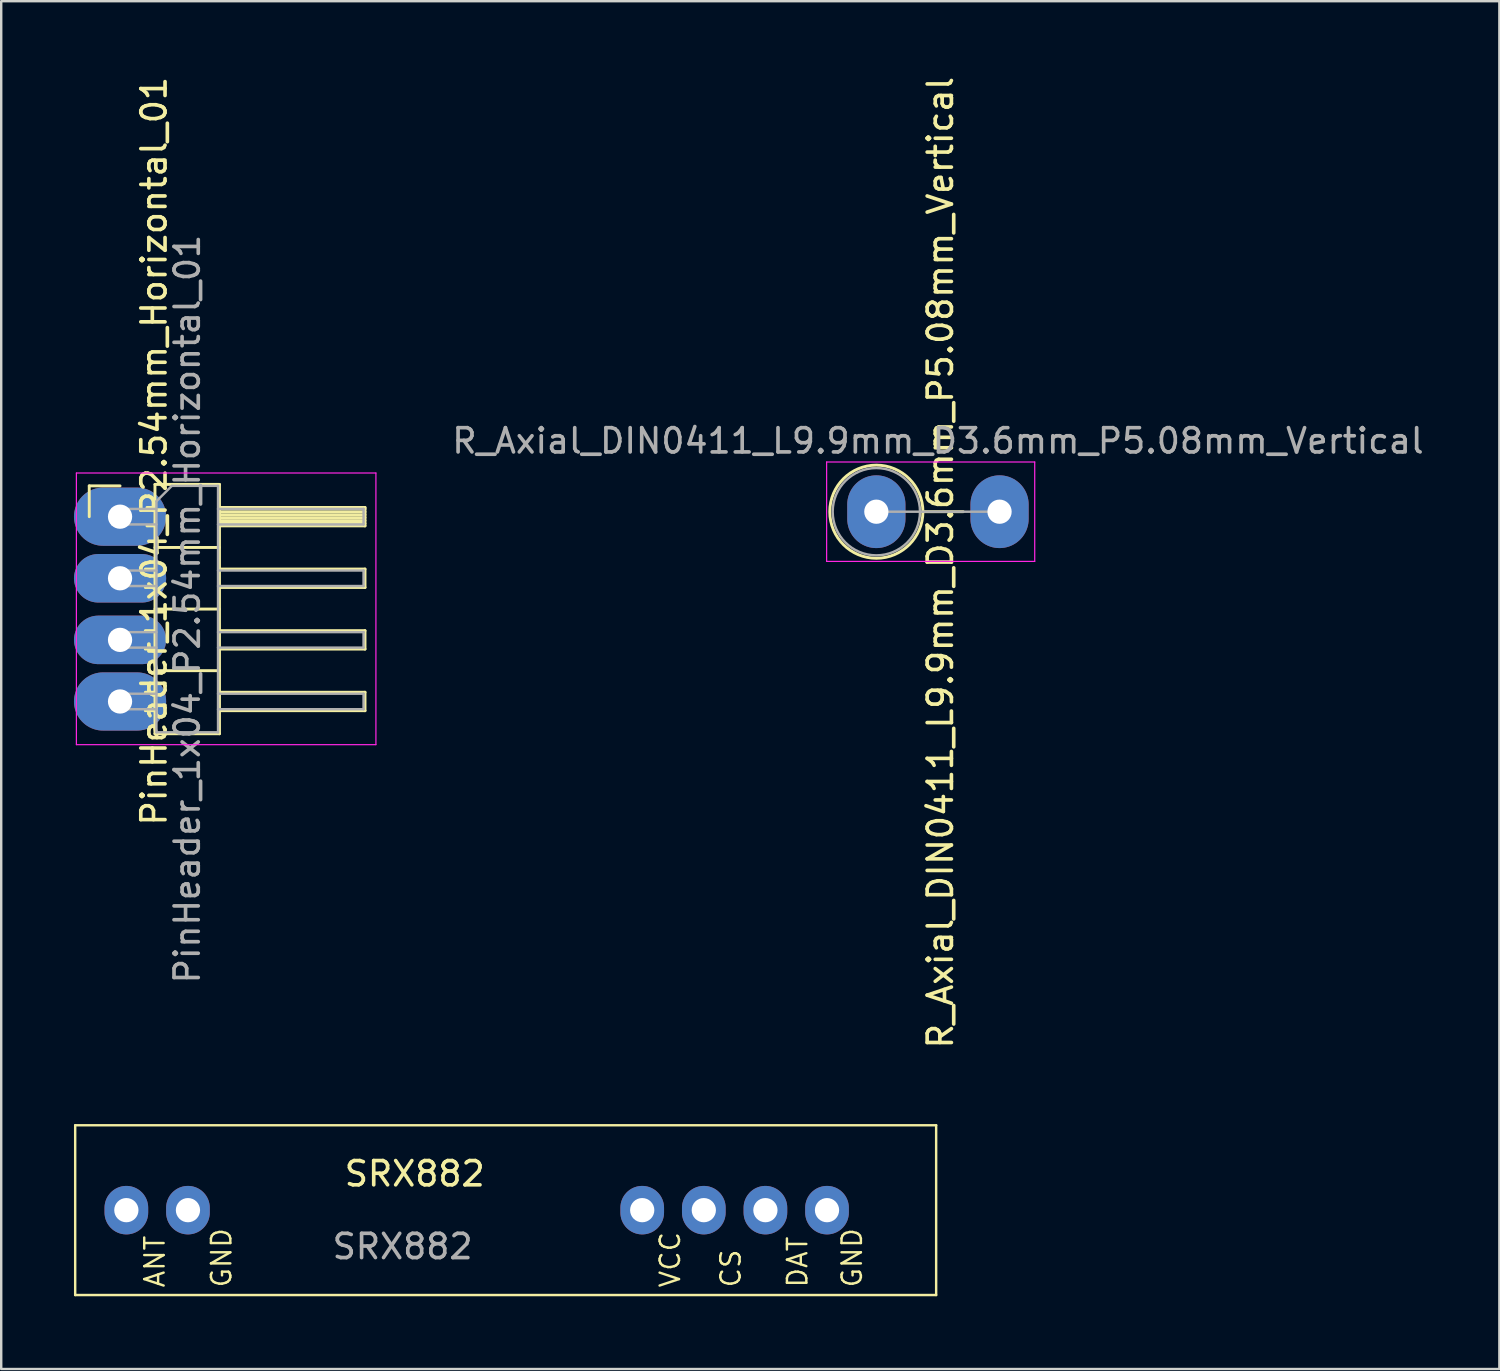
<source format=kicad_pcb>
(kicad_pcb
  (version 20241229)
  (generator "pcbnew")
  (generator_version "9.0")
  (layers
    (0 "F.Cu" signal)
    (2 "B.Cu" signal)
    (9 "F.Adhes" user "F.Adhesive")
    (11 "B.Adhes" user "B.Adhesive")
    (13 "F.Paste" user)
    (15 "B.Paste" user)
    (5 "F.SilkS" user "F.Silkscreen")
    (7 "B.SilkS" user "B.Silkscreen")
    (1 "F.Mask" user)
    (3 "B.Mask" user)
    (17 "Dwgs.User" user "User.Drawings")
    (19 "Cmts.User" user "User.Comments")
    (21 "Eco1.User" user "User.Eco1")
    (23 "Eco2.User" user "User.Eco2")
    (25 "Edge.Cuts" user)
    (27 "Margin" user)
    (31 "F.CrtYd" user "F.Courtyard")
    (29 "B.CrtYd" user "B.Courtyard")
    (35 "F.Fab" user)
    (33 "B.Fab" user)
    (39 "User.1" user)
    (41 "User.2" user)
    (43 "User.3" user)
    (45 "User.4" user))
  (footprint "R_Axial_DIN0411_L9.9mm_D3.6mm_P5.08mm_Vertical"
    (layer "F.Cu")
    (at 33.084 18.049)
    (property "Reference" "R_Axial_DIN0411_L9.9mm_D3.6mm_P5.08mm_Vertical" (at 2.64 2.1 90) (layer "F.SilkS") (effects (font (size 1 1) (thickness 0.15))))
    (attr through_hole)
    (fp_line (start 1.92 0) (end 3.58 0) (stroke (width 0.12) (type solid)) (layer "F.SilkS"))
    (fp_circle (center 0 0) (end 1.92 0) (stroke (width 0.12) (type solid)) (fill no) (layer "F.SilkS"))
    (fp_line (start -2.05 -2.05) (end -2.05 2.05) (stroke (width 0.05) (type solid)) (layer "F.CrtYd"))
    (fp_line (start -2.05 2.05) (end 6.53 2.05) (stroke (width 0.05) (type solid)) (layer "F.CrtYd"))
    (fp_line (start 6.53 -2.05) (end -2.05 -2.05) (stroke (width 0.05) (type solid)) (layer "F.CrtYd"))
    (fp_line (start 6.53 2.05) (end 6.53 -2.05) (stroke (width 0.05) (type solid)) (layer "F.CrtYd"))
    (fp_line (start 0 0) (end 5.08 0) (stroke (width 0.1) (type solid)) (layer "F.Fab"))
    (fp_circle (center 0 0) (end 1.8 0) (stroke (width 0.1) (type solid)) (fill no) (layer "F.Fab"))
    (fp_text user "${REFERENCE}" (at 2.54 -2.92 180) (layer "F.Fab") (effects (font (size 1 1) (thickness 0.15))))
    (pad "1" thru_hole oval (at 0 0) (size 2.4 3) (drill 1) (layers "*.Cu" "*.Mask"))
    (pad "2" thru_hole oval (at 5.08 0) (size 2.4 3) (drill 1) (layers "*.Cu" "*.Mask")))
  (footprint "SRX882"
    (layer "F.Cu")
    (at 23.55 46.848)
    (property "Reference" "SRX882" (at -9.5 -1.5 180) (layer "F.SilkS") (effects (font (size 1 1) (thickness 0.15))))
    (attr through_hole)
    (fp_line (start -23.5 -3.5) (end -23.5 3.5) (stroke (width 0.1) (type default)) (layer "F.SilkS"))
    (fp_line (start -23.5 3.5) (end 12 3.5) (stroke (width 0.1) (type default)) (layer "F.SilkS"))
    (fp_line (start 12 -3.5) (end -23.5 -3.5) (stroke (width 0.1) (type default)) (layer "F.SilkS"))
    (fp_line (start 12 3.5) (end 12 -3.5) (stroke (width 0.1) (type default)) (layer "F.SilkS"))
    (fp_text user "ANT" (at -19.75 3.25 90) (unlocked yes) (layer "F.SilkS") (effects (font (size 0.8 0.8) (thickness 0.1)) (justify left bottom)))
    (fp_text user "DAT" (at 6.75 3.25 90) (unlocked yes) (layer "F.SilkS") (effects (font (size 0.8 0.8) (thickness 0.1)) (justify left bottom)))
    (fp_text user "GND" (at 9 3.25 90) (unlocked yes) (layer "F.SilkS") (effects (font (size 0.8 0.8) (thickness 0.1)) (justify left bottom)))
    (fp_text user "VCC" (at 1.5 3.25 90) (unlocked yes) (layer "F.SilkS") (effects (font (size 0.8 0.8) (thickness 0.1)) (justify left bottom)))
    (fp_text user "GND" (at -17 3.25 90) (unlocked yes) (layer "F.SilkS") (effects (font (size 0.8 0.8) (thickness 0.1)) (justify left bottom)))
    (fp_text user "CS" (at 4 3.25 90) (unlocked yes) (layer "F.SilkS") (effects (font (size 0.8 0.8) (thickness 0.1)) (justify left bottom)))
    (fp_text user "${REFERENCE}" (at -10 1.5 180) (layer "F.Fab") (effects (font (size 1 1) (thickness 0.15))))
    (pad "1" thru_hole oval (at -21.39 0 90) (size 2 1.8) (drill 1) (layers "*.Cu" "*.Mask"))
    (pad "2" thru_hole oval (at -18.85 0 90) (size 2 1.8) (drill 1) (layers "*.Cu" "*.Mask"))
    (pad "3" thru_hole oval (at -0.12 0 90) (size 2 1.8) (drill 1) (layers "*.Cu" "*.Mask"))
    (pad "4" thru_hole oval (at 2.42 0 90) (size 2 1.8) (drill 1) (layers "*.Cu" "*.Mask"))
    (pad "5" thru_hole oval (at 4.96 0 90) (size 2 1.8) (drill 1) (layers "*.Cu" "*.Mask"))
    (pad "6" thru_hole oval (at 7.5 0 90) (size 2 1.8) (drill 1) (layers "*.Cu" "*.Mask")))
  (footprint "PinHeader_1x04_P2.54mm_Horizontal_01"
    (layer "F.Cu")
    (at 1.9 18.254)
    (property "Reference" "PinHeader_1x04_P2.54mm_Horizontal_01" (at 1.4 -2.7 90) (layer "F.SilkS") (effects (font (size 1 1) (thickness 0.15))))
    (attr through_hole)
    (fp_line (start -1.27 -1.27) (end 0 -1.27) (stroke (width 0.12) (type solid)) (layer "F.SilkS"))
    (fp_line (start -1.27 0) (end -1.27 -1.27) (stroke (width 0.12) (type solid)) (layer "F.SilkS"))
    (fp_line (start 1.043 2.16) (end 1.44 2.16) (stroke (width 0.12) (type solid)) (layer "F.SilkS"))
    (fp_line (start 1.043 2.92) (end 1.44 2.92) (stroke (width 0.12) (type solid)) (layer "F.SilkS"))
    (fp_line (start 1.043 4.7) (end 1.44 4.7) (stroke (width 0.12) (type solid)) (layer "F.SilkS"))
    (fp_line (start 1.043 5.46) (end 1.44 5.46) (stroke (width 0.12) (type solid)) (layer "F.SilkS"))
    (fp_line (start 1.043 7.24) (end 1.44 7.24) (stroke (width 0.12) (type solid)) (layer "F.SilkS"))
    (fp_line (start 1.043 8) (end 1.44 8) (stroke (width 0.12) (type solid)) (layer "F.SilkS"))
    (fp_line (start 1.11 -0.38) (end 1.44 -0.38) (stroke (width 0.12) (type solid)) (layer "F.SilkS"))
    (fp_line (start 1.11 0.38) (end 1.44 0.38) (stroke (width 0.12) (type solid)) (layer "F.SilkS"))
    (fp_line (start 1.44 -1.33) (end 1.44 8.95) (stroke (width 0.12) (type solid)) (layer "F.SilkS"))
    (fp_line (start 1.44 1.27) (end 4.1 1.27) (stroke (width 0.12) (type solid)) (layer "F.SilkS"))
    (fp_line (start 1.44 3.81) (end 4.1 3.81) (stroke (width 0.12) (type solid)) (layer "F.SilkS"))
    (fp_line (start 1.44 6.35) (end 4.1 6.35) (stroke (width 0.12) (type solid)) (layer "F.SilkS"))
    (fp_line (start 1.44 8.95) (end 4.1 8.95) (stroke (width 0.12) (type solid)) (layer "F.SilkS"))
    (fp_line (start 4.1 -1.33) (end 1.44 -1.33) (stroke (width 0.12) (type solid)) (layer "F.SilkS"))
    (fp_line (start 4.1 -0.38) (end 10.1 -0.38) (stroke (width 0.12) (type solid)) (layer "F.SilkS"))
    (fp_line (start 4.1 -0.32) (end 10.1 -0.32) (stroke (width 0.12) (type solid)) (layer "F.SilkS"))
    (fp_line (start 4.1 -0.2) (end 10.1 -0.2) (stroke (width 0.12) (type solid)) (layer "F.SilkS"))
    (fp_line (start 4.1 -0.08) (end 10.1 -0.08) (stroke (width 0.12) (type solid)) (layer "F.SilkS"))
    (fp_line (start 4.1 0.04) (end 10.1 0.04) (stroke (width 0.12) (type solid)) (layer "F.SilkS"))
    (fp_line (start 4.1 0.16) (end 10.1 0.16) (stroke (width 0.12) (type solid)) (layer "F.SilkS"))
    (fp_line (start 4.1 0.28) (end 10.1 0.28) (stroke (width 0.12) (type solid)) (layer "F.SilkS"))
    (fp_line (start 4.1 2.16) (end 10.1 2.16) (stroke (width 0.12) (type solid)) (layer "F.SilkS"))
    (fp_line (start 4.1 4.7) (end 10.1 4.7) (stroke (width 0.12) (type solid)) (layer "F.SilkS"))
    (fp_line (start 4.1 7.24) (end 10.1 7.24) (stroke (width 0.12) (type solid)) (layer "F.SilkS"))
    (fp_line (start 4.1 8.95) (end 4.1 -1.33) (stroke (width 0.12) (type solid)) (layer "F.SilkS"))
    (fp_line (start 10.1 -0.38) (end 10.1 0.38) (stroke (width 0.12) (type solid)) (layer "F.SilkS"))
    (fp_line (start 10.1 0.38) (end 4.1 0.38) (stroke (width 0.12) (type solid)) (layer "F.SilkS"))
    (fp_line (start 10.1 2.16) (end 10.1 2.92) (stroke (width 0.12) (type solid)) (layer "F.SilkS"))
    (fp_line (start 10.1 2.92) (end 4.1 2.92) (stroke (width 0.12) (type solid)) (layer "F.SilkS"))
    (fp_line (start 10.1 4.7) (end 10.1 5.46) (stroke (width 0.12) (type solid)) (layer "F.SilkS"))
    (fp_line (start 10.1 5.46) (end 4.1 5.46) (stroke (width 0.12) (type solid)) (layer "F.SilkS"))
    (fp_line (start 10.1 7.24) (end 10.1 8) (stroke (width 0.12) (type solid)) (layer "F.SilkS"))
    (fp_line (start 10.1 8) (end 4.1 8) (stroke (width 0.12) (type solid)) (layer "F.SilkS"))
    (fp_line (start -1.8 -1.8) (end -1.8 9.4) (stroke (width 0.05) (type solid)) (layer "F.CrtYd"))
    (fp_line (start -1.8 9.4) (end 10.55 9.4) (stroke (width 0.05) (type solid)) (layer "F.CrtYd"))
    (fp_line (start 10.55 -1.8) (end -1.8 -1.8) (stroke (width 0.05) (type solid)) (layer "F.CrtYd"))
    (fp_line (start 10.55 9.4) (end 10.55 -1.8) (stroke (width 0.05) (type solid)) (layer "F.CrtYd"))
    (fp_line (start -0.32 -0.32) (end -0.32 0.32) (stroke (width 0.1) (type solid)) (layer "F.Fab"))
    (fp_line (start -0.32 -0.32) (end 1.5 -0.32) (stroke (width 0.1) (type solid)) (layer "F.Fab"))
    (fp_line (start -0.32 0.32) (end 1.5 0.32) (stroke (width 0.1) (type solid)) (layer "F.Fab"))
    (fp_line (start -0.32 2.22) (end -0.32 2.86) (stroke (width 0.1) (type solid)) (layer "F.Fab"))
    (fp_line (start -0.32 2.22) (end 1.5 2.22) (stroke (width 0.1) (type solid)) (layer "F.Fab"))
    (fp_line (start -0.32 2.86) (end 1.5 2.86) (stroke (width 0.1) (type solid)) (layer "F.Fab"))
    (fp_line (start -0.32 4.76) (end -0.32 5.4) (stroke (width 0.1) (type solid)) (layer "F.Fab"))
    (fp_line (start -0.32 4.76) (end 1.5 4.76) (stroke (width 0.1) (type solid)) (layer "F.Fab"))
    (fp_line (start -0.32 5.4) (end 1.5 5.4) (stroke (width 0.1) (type solid)) (layer "F.Fab"))
    (fp_line (start -0.32 7.3) (end -0.32 7.94) (stroke (width 0.1) (type solid)) (layer "F.Fab"))
    (fp_line (start -0.32 7.3) (end 1.5 7.3) (stroke (width 0.1) (type solid)) (layer "F.Fab"))
    (fp_line (start -0.32 7.94) (end 1.5 7.94) (stroke (width 0.1) (type solid)) (layer "F.Fab"))
    (fp_line (start 1.5 -0.635) (end 2.135 -1.27) (stroke (width 0.1) (type solid)) (layer "F.Fab"))
    (fp_line (start 1.5 8.89) (end 1.5 -0.635) (stroke (width 0.1) (type solid)) (layer "F.Fab"))
    (fp_line (start 2.135 -1.27) (end 4.04 -1.27) (stroke (width 0.1) (type solid)) (layer "F.Fab"))
    (fp_line (start 4.04 -1.27) (end 4.04 8.89) (stroke (width 0.1) (type solid)) (layer "F.Fab"))
    (fp_line (start 4.04 -0.32) (end 10.04 -0.32) (stroke (width 0.1) (type solid)) (layer "F.Fab"))
    (fp_line (start 4.04 0.32) (end 10.04 0.32) (stroke (width 0.1) (type solid)) (layer "F.Fab"))
    (fp_line (start 4.04 2.22) (end 10.04 2.22) (stroke (width 0.1) (type solid)) (layer "F.Fab"))
    (fp_line (start 4.04 2.86) (end 10.04 2.86) (stroke (width 0.1) (type solid)) (layer "F.Fab"))
    (fp_line (start 4.04 4.76) (end 10.04 4.76) (stroke (width 0.1) (type solid)) (layer "F.Fab"))
    (fp_line (start 4.04 5.4) (end 10.04 5.4) (stroke (width 0.1) (type solid)) (layer "F.Fab"))
    (fp_line (start 4.04 7.3) (end 10.04 7.3) (stroke (width 0.1) (type solid)) (layer "F.Fab"))
    (fp_line (start 4.04 7.94) (end 10.04 7.94) (stroke (width 0.1) (type solid)) (layer "F.Fab"))
    (fp_line (start 4.04 8.89) (end 1.5 8.89) (stroke (width 0.1) (type solid)) (layer "F.Fab"))
    (fp_line (start 10.04 -0.32) (end 10.04 0.32) (stroke (width 0.1) (type solid)) (layer "F.Fab"))
    (fp_line (start 10.04 2.22) (end 10.04 2.86) (stroke (width 0.1) (type solid)) (layer "F.Fab"))
    (fp_line (start 10.04 4.76) (end 10.04 5.4) (stroke (width 0.1) (type solid)) (layer "F.Fab"))
    (fp_line (start 10.04 7.3) (end 10.04 7.94) (stroke (width 0.1) (type solid)) (layer "F.Fab"))
    (fp_text user "${REFERENCE}" (at 2.77 3.81 90) (layer "F.Fab") (effects (font (size 1 1) (thickness 0.15))))
    (pad "1" thru_hole oval (at 0 0) (size 3.8 2.4) (drill 1) (layers "*.Cu" "*.Mask"))
    (pad "2" thru_hole oval (at 0 2.54) (size 3.8 2) (drill 1) (layers "*.Cu" "*.Mask"))
    (pad "3" thru_hole oval (at 0 5.08) (size 3.8 2) (drill 1) (layers "*.Cu" "*.Mask"))
    (pad "4" thru_hole oval (at 0 7.62) (size 3.8 2.4) (drill 1) (layers "*.Cu" "*.Mask")))
  (gr_rect
    (start -3 -3)
    (end 58.773 53.398)
    (stroke (width 0.1) (type default))
    (fill no)
    (layer "Edge.Cuts")))
</source>
